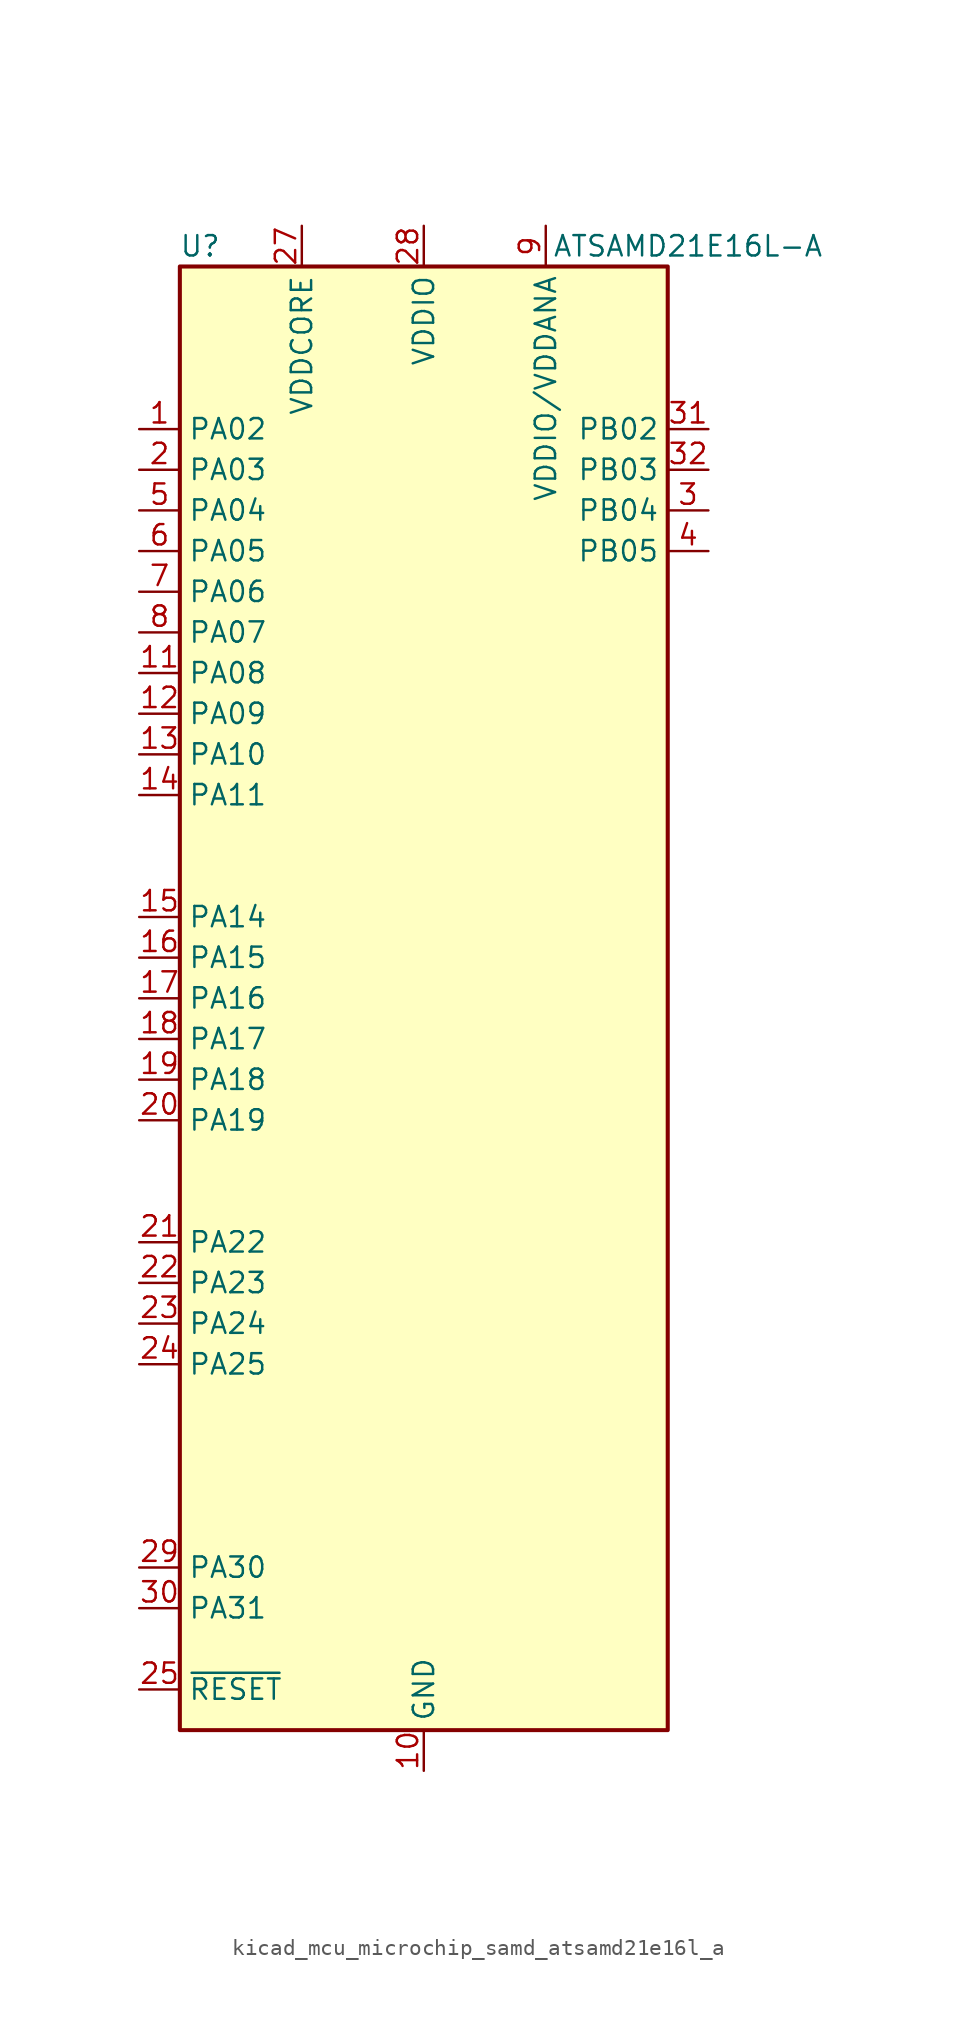
<source format=kicad_sym>
(kicad_symbol_lib
  (version 20220914)
  (generator kicad_symbol_editor)
  (symbol "kicad_mcu_microchip_samd_atsamd21e16l_a"
    (property "Reference" "U"
      (at -13.97 46.99 0)
      (effects (font (size 1.27 1.27))))
    (property "Value" "ATSAMD21E16L-A"
      (at 16.51 46.99 0)
      (effects (font (size 1.27 1.27))))
    (symbol "kicad_mcu_microchip_samd_atsamd21e16l_a_1_1"
      (rectangle (start -15.24 45.72) (end 15.24 -45.72) (stroke (width 0.254) (type default)) (fill (type background)))
      (pin bidirectional line (at -17.78 35.56 0) (length 2.54) (name "PA02" (effects (font (size 1.27 1.27)))) (number "1" (effects (font (size 1.27 1.27)))))
      (pin power_in line (at 0 -48.26 90) (length 2.54) (name "GND" (effects (font (size 1.27 1.27)))) (number "10" (effects (font (size 1.27 1.27)))))
      (pin bidirectional line (at -17.78 20.32 0) (length 2.54) (name "PA08" (effects (font (size 1.27 1.27)))) (number "11" (effects (font (size 1.27 1.27)))))
      (pin bidirectional line (at -17.78 17.78 0) (length 2.54) (name "PA09" (effects (font (size 1.27 1.27)))) (number "12" (effects (font (size 1.27 1.27)))))
      (pin bidirectional line (at -17.78 15.24 0) (length 2.54) (name "PA10" (effects (font (size 1.27 1.27)))) (number "13" (effects (font (size 1.27 1.27)))))
      (pin bidirectional line (at -17.78 12.7 0) (length 2.54) (name "PA11" (effects (font (size 1.27 1.27)))) (number "14" (effects (font (size 1.27 1.27)))))
      (pin bidirectional line (at -17.78 5.08 0) (length 2.54) (name "PA14" (effects (font (size 1.27 1.27)))) (number "15" (effects (font (size 1.27 1.27)))))
      (pin bidirectional line (at -17.78 2.54 0) (length 2.54) (name "PA15" (effects (font (size 1.27 1.27)))) (number "16" (effects (font (size 1.27 1.27)))))
      (pin bidirectional line (at -17.78 0 0) (length 2.54) (name "PA16" (effects (font (size 1.27 1.27)))) (number "17" (effects (font (size 1.27 1.27)))))
      (pin bidirectional line (at -17.78 -2.54 0) (length 2.54) (name "PA17" (effects (font (size 1.27 1.27)))) (number "18" (effects (font (size 1.27 1.27)))))
      (pin bidirectional line (at -17.78 -5.08 0) (length 2.54) (name "PA18" (effects (font (size 1.27 1.27)))) (number "19" (effects (font (size 1.27 1.27)))))
      (pin bidirectional line (at -17.78 33.02 0) (length 2.54) (name "PA03" (effects (font (size 1.27 1.27)))) (number "2" (effects (font (size 1.27 1.27)))))
      (pin bidirectional line (at -17.78 -7.62 0) (length 2.54) (name "PA19" (effects (font (size 1.27 1.27)))) (number "20" (effects (font (size 1.27 1.27)))))
      (pin bidirectional line (at -17.78 -15.24 0) (length 2.54) (name "PA22" (effects (font (size 1.27 1.27)))) (number "21" (effects (font (size 1.27 1.27)))))
      (pin bidirectional line (at -17.78 -17.78 0) (length 2.54) (name "PA23" (effects (font (size 1.27 1.27)))) (number "22" (effects (font (size 1.27 1.27)))))
      (pin bidirectional line (at -17.78 -20.32 0) (length 2.54) (name "PA24" (effects (font (size 1.27 1.27)))) (number "23" (effects (font (size 1.27 1.27)))))
      (pin bidirectional line (at -17.78 -22.86 0) (length 2.54) (name "PA25" (effects (font (size 1.27 1.27)))) (number "24" (effects (font (size 1.27 1.27)))))
      (pin input line (at -17.78 -43.18 0) (length 2.54) (name "~{RESET}" (effects (font (size 1.27 1.27)))) (number "25" (effects (font (size 1.27 1.27)))))
      (pin passive line (at 0 -48.26 90) (length 2.54) hide (name "GND" (effects (font (size 1.27 1.27)))) (number "26" (effects (font (size 1.27 1.27)))))
      (pin power_out line (at -7.62 48.26 270) (length 2.54) (name "VDDCORE" (effects (font (size 1.27 1.27)))) (number "27" (effects (font (size 1.27 1.27)))))
      (pin power_in line (at 0 48.26 270) (length 2.54) (name "VDDIO" (effects (font (size 1.27 1.27)))) (number "28" (effects (font (size 1.27 1.27)))))
      (pin bidirectional line (at -17.78 -35.56 0) (length 2.54) (name "PA30" (effects (font (size 1.27 1.27)))) (number "29" (effects (font (size 1.27 1.27)))))
      (pin bidirectional line (at 17.78 30.48 180) (length 2.54) (name "PB04" (effects (font (size 1.27 1.27)))) (number "3" (effects (font (size 1.27 1.27)))))
      (pin bidirectional line (at -17.78 -38.1 0) (length 2.54) (name "PA31" (effects (font (size 1.27 1.27)))) (number "30" (effects (font (size 1.27 1.27)))))
      (pin bidirectional line (at 17.78 35.56 180) (length 2.54) (name "PB02" (effects (font (size 1.27 1.27)))) (number "31" (effects (font (size 1.27 1.27)))))
      (pin bidirectional line (at 17.78 33.02 180) (length 2.54) (name "PB03" (effects (font (size 1.27 1.27)))) (number "32" (effects (font (size 1.27 1.27)))))
      (pin bidirectional line (at 17.78 27.94 180) (length 2.54) (name "PB05" (effects (font (size 1.27 1.27)))) (number "4" (effects (font (size 1.27 1.27)))))
      (pin bidirectional line (at -17.78 30.48 0) (length 2.54) (name "PA04" (effects (font (size 1.27 1.27)))) (number "5" (effects (font (size 1.27 1.27)))))
      (pin bidirectional line (at -17.78 27.94 0) (length 2.54) (name "PA05" (effects (font (size 1.27 1.27)))) (number "6" (effects (font (size 1.27 1.27)))))
      (pin bidirectional line (at -17.78 25.4 0) (length 2.54) (name "PA06" (effects (font (size 1.27 1.27)))) (number "7" (effects (font (size 1.27 1.27)))))
      (pin bidirectional line (at -17.78 22.86 0) (length 2.54) (name "PA07" (effects (font (size 1.27 1.27)))) (number "8" (effects (font (size 1.27 1.27)))))
      (pin power_in line (at 7.62 48.26 270) (length 2.54) (name "VDDIO/VDDANA" (effects (font (size 1.27 1.27)))) (number "9" (effects (font (size 1.27 1.27))))))))
</source>
